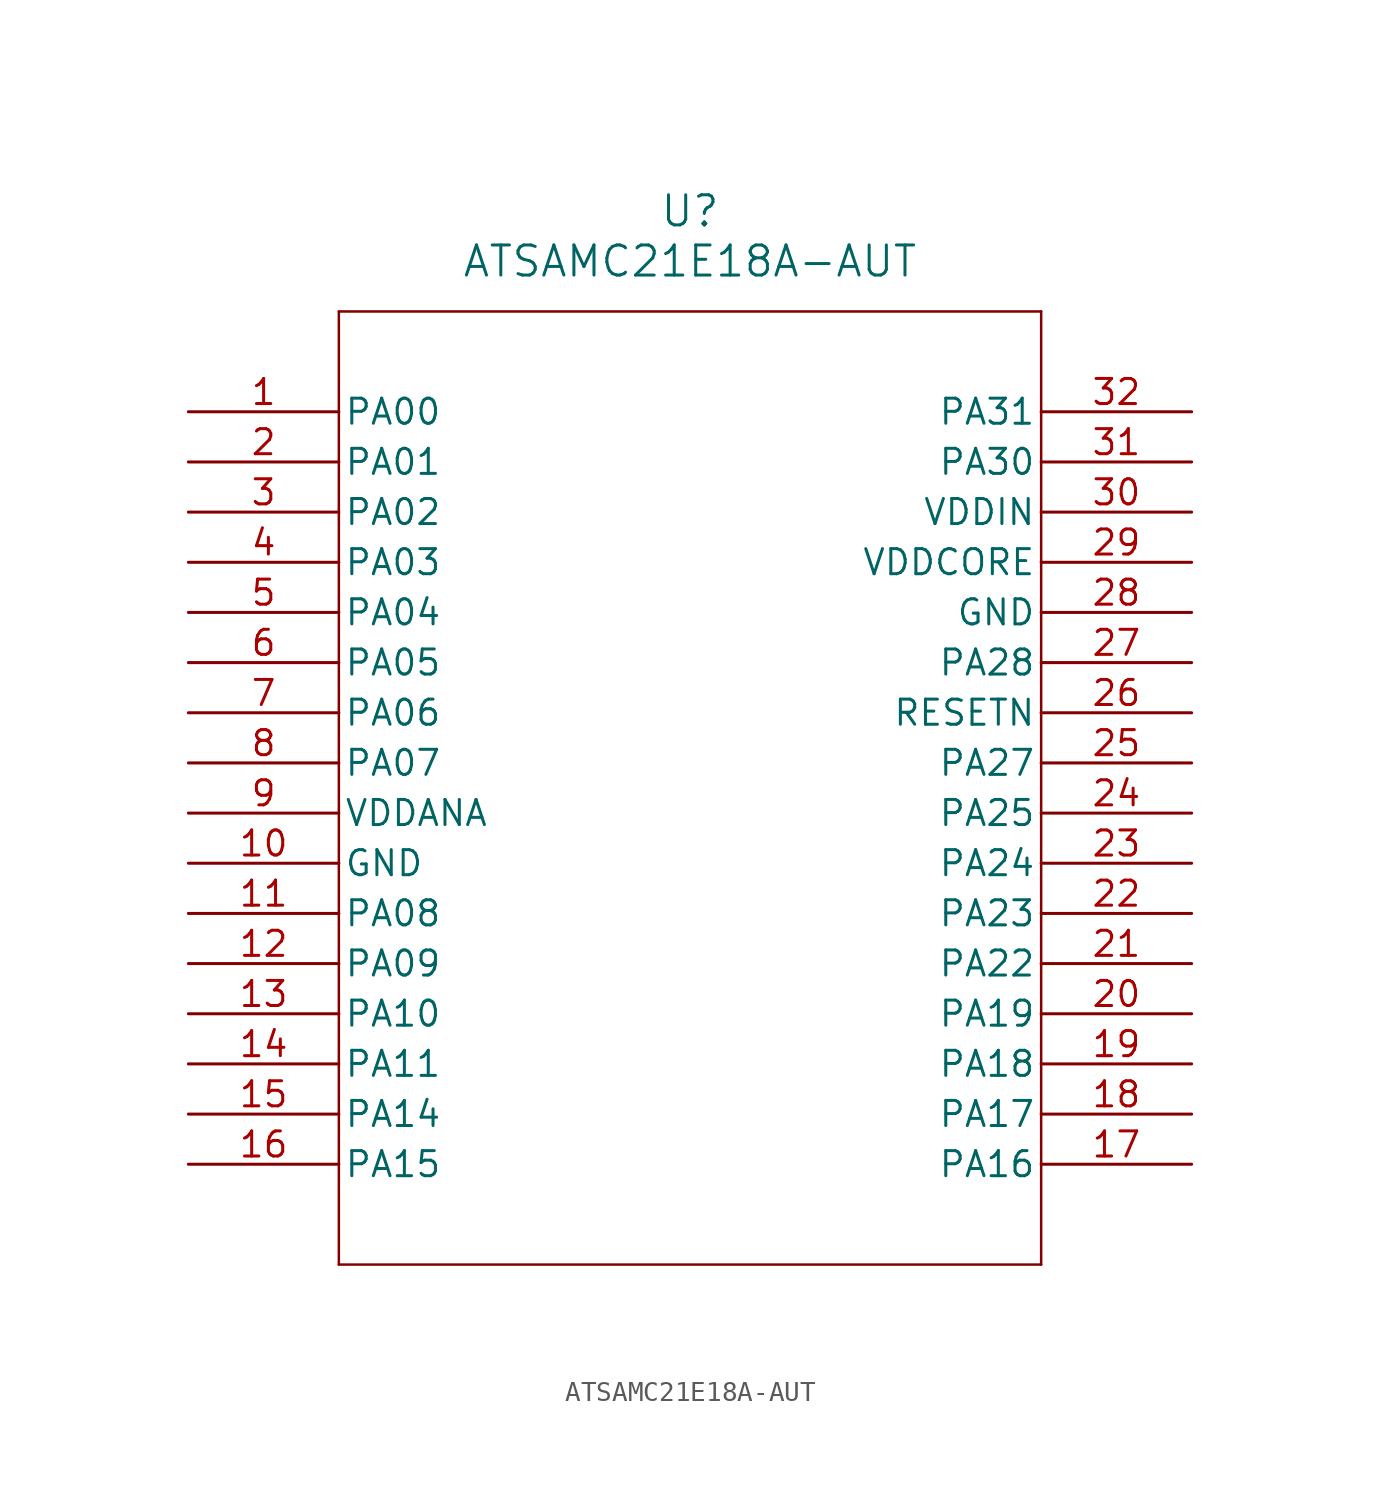
<source format=kicad_sym>
(kicad_symbol_lib
  (version 20211014)
  (generator kicad_symbol_editor)
  (symbol "ATSAMC21E18A-AUT"
    (pin_names
      (offset 0.254))
    (property "Reference" "U"
      (at 25.4 10.16 0)
      (effects (font (size 1.524 1.524))))
    (property "Value" "ATSAMC21E18A-AUT"
      (at 25.4 7.62 0)
      (effects (font (size 1.524 1.524))))
    (symbol "ATSAMC21E18A-AUT_0_1"
      (polyline (pts (xy 7.62 5.08) (xy 7.62 -43.18)) (stroke (width 0.127) (type default) (color 0 0 0 0)) (fill (type none)))
      (polyline (pts (xy 7.62 -43.18) (xy 43.18 -43.18)) (stroke (width 0.127) (type default) (color 0 0 0 0)) (fill (type none)))
      (polyline (pts (xy 43.18 -43.18) (xy 43.18 5.08)) (stroke (width 0.127) (type default) (color 0 0 0 0)) (fill (type none)))
      (polyline (pts (xy 43.18 5.08) (xy 7.62 5.08)) (stroke (width 0.127) (type default) (color 0 0 0 0)) (fill (type none)))
      (pin bidirectional line (at 0 0 0) (length 7.62) (name "PA00" (effects (font (size 1.27 1.27)))) (number "1" (effects (font (size 1.27 1.27)))))
      (pin bidirectional line (at 0 -2.54 0) (length 7.62) (name "PA01" (effects (font (size 1.27 1.27)))) (number "2" (effects (font (size 1.27 1.27)))))
      (pin bidirectional line (at 0 -5.08 0) (length 7.62) (name "PA02" (effects (font (size 1.27 1.27)))) (number "3" (effects (font (size 1.27 1.27)))))
      (pin bidirectional line (at 0 -7.62 0) (length 7.62) (name "PA03" (effects (font (size 1.27 1.27)))) (number "4" (effects (font (size 1.27 1.27)))))
      (pin bidirectional line (at 0 -10.16 0) (length 7.62) (name "PA04" (effects (font (size 1.27 1.27)))) (number "5" (effects (font (size 1.27 1.27)))))
      (pin bidirectional line (at 0 -12.7 0) (length 7.62) (name "PA05" (effects (font (size 1.27 1.27)))) (number "6" (effects (font (size 1.27 1.27)))))
      (pin bidirectional line (at 0 -15.24 0) (length 7.62) (name "PA06" (effects (font (size 1.27 1.27)))) (number "7" (effects (font (size 1.27 1.27)))))
      (pin bidirectional line (at 0 -17.78 0) (length 7.62) (name "PA07" (effects (font (size 1.27 1.27)))) (number "8" (effects (font (size 1.27 1.27)))))
      (pin power_in line (at 0 -20.32 0) (length 7.62) (name "VDDANA" (effects (font (size 1.27 1.27)))) (number "9" (effects (font (size 1.27 1.27)))))
      (pin power_out line (at 0 -22.86 0) (length 7.62) (name "GND" (effects (font (size 1.27 1.27)))) (number "10" (effects (font (size 1.27 1.27)))))
      (pin bidirectional line (at 0 -25.4 0) (length 7.62) (name "PA08" (effects (font (size 1.27 1.27)))) (number "11" (effects (font (size 1.27 1.27)))))
      (pin bidirectional line (at 0 -27.94 0) (length 7.62) (name "PA09" (effects (font (size 1.27 1.27)))) (number "12" (effects (font (size 1.27 1.27)))))
      (pin bidirectional line (at 0 -30.48 0) (length 7.62) (name "PA10" (effects (font (size 1.27 1.27)))) (number "13" (effects (font (size 1.27 1.27)))))
      (pin bidirectional line (at 0 -33.02 0) (length 7.62) (name "PA11" (effects (font (size 1.27 1.27)))) (number "14" (effects (font (size 1.27 1.27)))))
      (pin bidirectional line (at 0 -35.56 0) (length 7.62) (name "PA14" (effects (font (size 1.27 1.27)))) (number "15" (effects (font (size 1.27 1.27)))))
      (pin bidirectional line (at 0 -38.1 0) (length 7.62) (name "PA15" (effects (font (size 1.27 1.27)))) (number "16" (effects (font (size 1.27 1.27)))))
      (pin bidirectional line (at 50.8 -38.1 180) (length 7.62) (name "PA16" (effects (font (size 1.27 1.27)))) (number "17" (effects (font (size 1.27 1.27)))))
      (pin bidirectional line (at 50.8 -35.56 180) (length 7.62) (name "PA17" (effects (font (size 1.27 1.27)))) (number "18" (effects (font (size 1.27 1.27)))))
      (pin bidirectional line (at 50.8 -33.02 180) (length 7.62) (name "PA18" (effects (font (size 1.27 1.27)))) (number "19" (effects (font (size 1.27 1.27)))))
      (pin bidirectional line (at 50.8 -30.48 180) (length 7.62) (name "PA19" (effects (font (size 1.27 1.27)))) (number "20" (effects (font (size 1.27 1.27)))))
      (pin bidirectional line (at 50.8 -27.94 180) (length 7.62) (name "PA22" (effects (font (size 1.27 1.27)))) (number "21" (effects (font (size 1.27 1.27)))))
      (pin bidirectional line (at 50.8 -25.4 180) (length 7.62) (name "PA23" (effects (font (size 1.27 1.27)))) (number "22" (effects (font (size 1.27 1.27)))))
      (pin bidirectional line (at 50.8 -22.86 180) (length 7.62) (name "PA24" (effects (font (size 1.27 1.27)))) (number "23" (effects (font (size 1.27 1.27)))))
      (pin bidirectional line (at 50.8 -20.32 180) (length 7.62) (name "PA25" (effects (font (size 1.27 1.27)))) (number "24" (effects (font (size 1.27 1.27)))))
      (pin bidirectional line (at 50.8 -17.78 180) (length 7.62) (name "PA27" (effects (font (size 1.27 1.27)))) (number "25" (effects (font (size 1.27 1.27)))))
      (pin unspecified line (at 50.8 -15.24 180) (length 7.62) (name "RESETN" (effects (font (size 1.27 1.27)))) (number "26" (effects (font (size 1.27 1.27)))))
      (pin bidirectional line (at 50.8 -12.7 180) (length 7.62) (name "PA28" (effects (font (size 1.27 1.27)))) (number "27" (effects (font (size 1.27 1.27)))))
      (pin power_out line (at 50.8 -10.16 180) (length 7.62) (name "GND" (effects (font (size 1.27 1.27)))) (number "28" (effects (font (size 1.27 1.27)))))
      (pin power_in line (at 50.8 -7.62 180) (length 7.62) (name "VDDCORE" (effects (font (size 1.27 1.27)))) (number "29" (effects (font (size 1.27 1.27)))))
      (pin power_in line (at 50.8 -5.08 180) (length 7.62) (name "VDDIN" (effects (font (size 1.27 1.27)))) (number "30" (effects (font (size 1.27 1.27)))))
      (pin bidirectional line (at 50.8 -2.54 180) (length 7.62) (name "PA30" (effects (font (size 1.27 1.27)))) (number "31" (effects (font (size 1.27 1.27)))))
      (pin bidirectional line (at 50.8 0 180) (length 7.62) (name "PA31" (effects (font (size 1.27 1.27)))) (number "32" (effects (font (size 1.27 1.27))))))))
</source>
